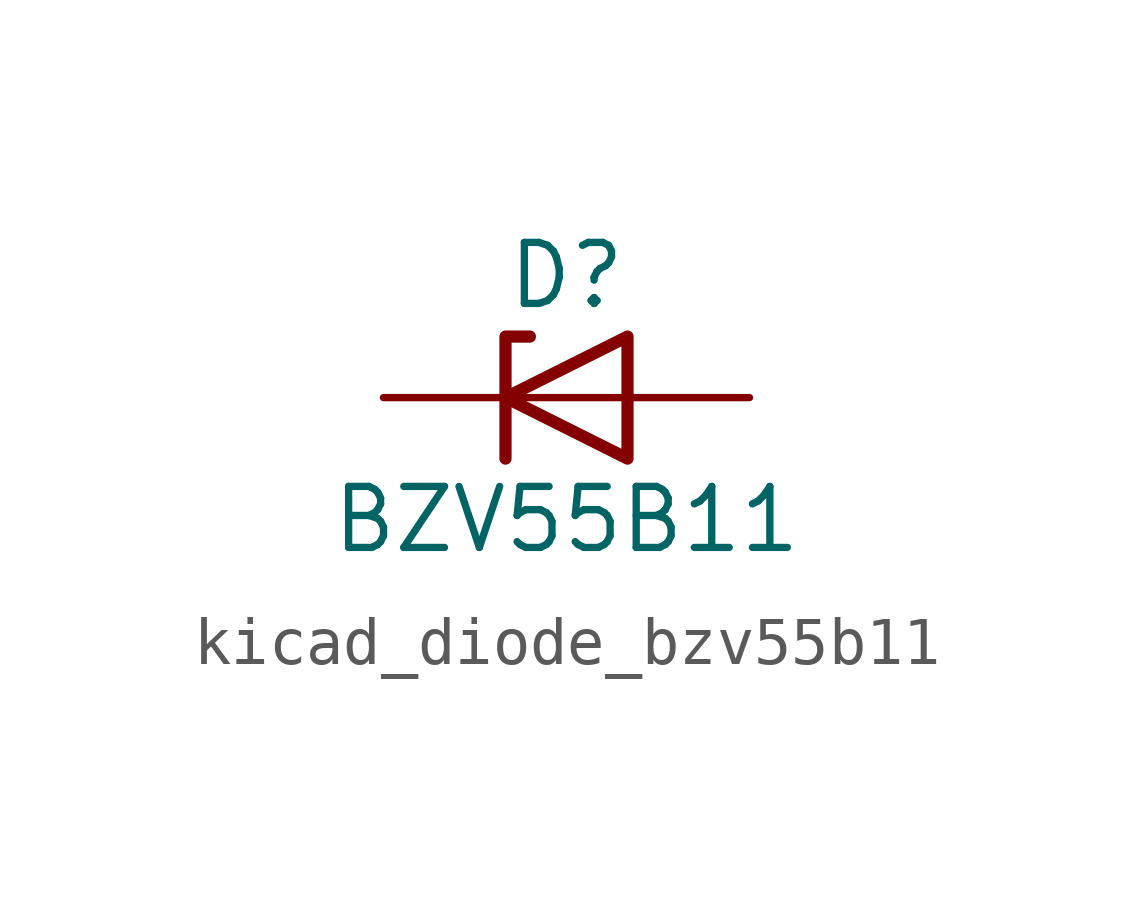
<source format=kicad_sym>
(kicad_symbol_lib
  (version 20220914)
  (generator kicad_symbol_editor)
  (symbol "kicad_diode_bzv55b11"
    (pin_numbers hide)
    (pin_names hide)
    (property "Reference" "D"
      (at 0 2.54 0)
      (effects (font (size 1.27 1.27))))
    (property "Value" "BZV55B11"
      (at 0 -2.54 0)
      (effects (font (size 1.27 1.27))))
    (symbol "kicad_diode_bzv55b11_0_1"
      (polyline (pts (xy 1.27 0) (xy -1.27 0)) (stroke (width 0) (type default)) (fill (type none)))
      (polyline (pts (xy -1.27 -1.27) (xy -1.27 1.27) (xy -0.762 1.27)) (stroke (width 0.254) (type default)) (fill (type none)))
      (polyline (pts (xy 1.27 -1.27) (xy 1.27 1.27) (xy -1.27 0) (xy 1.27 -1.27)) (stroke (width 0.254) (type default)) (fill (type none))))
    (symbol "kicad_diode_bzv55b11_1_1"
      (pin passive line (at -3.81 0 0) (length 2.54) (name "K" (effects (font (size 1.27 1.27)))) (number "1" (effects (font (size 1.27 1.27)))))
      (pin passive line (at 3.81 0 180) (length 2.54) (name "A" (effects (font (size 1.27 1.27)))) (number "2" (effects (font (size 1.27 1.27))))))))
</source>
